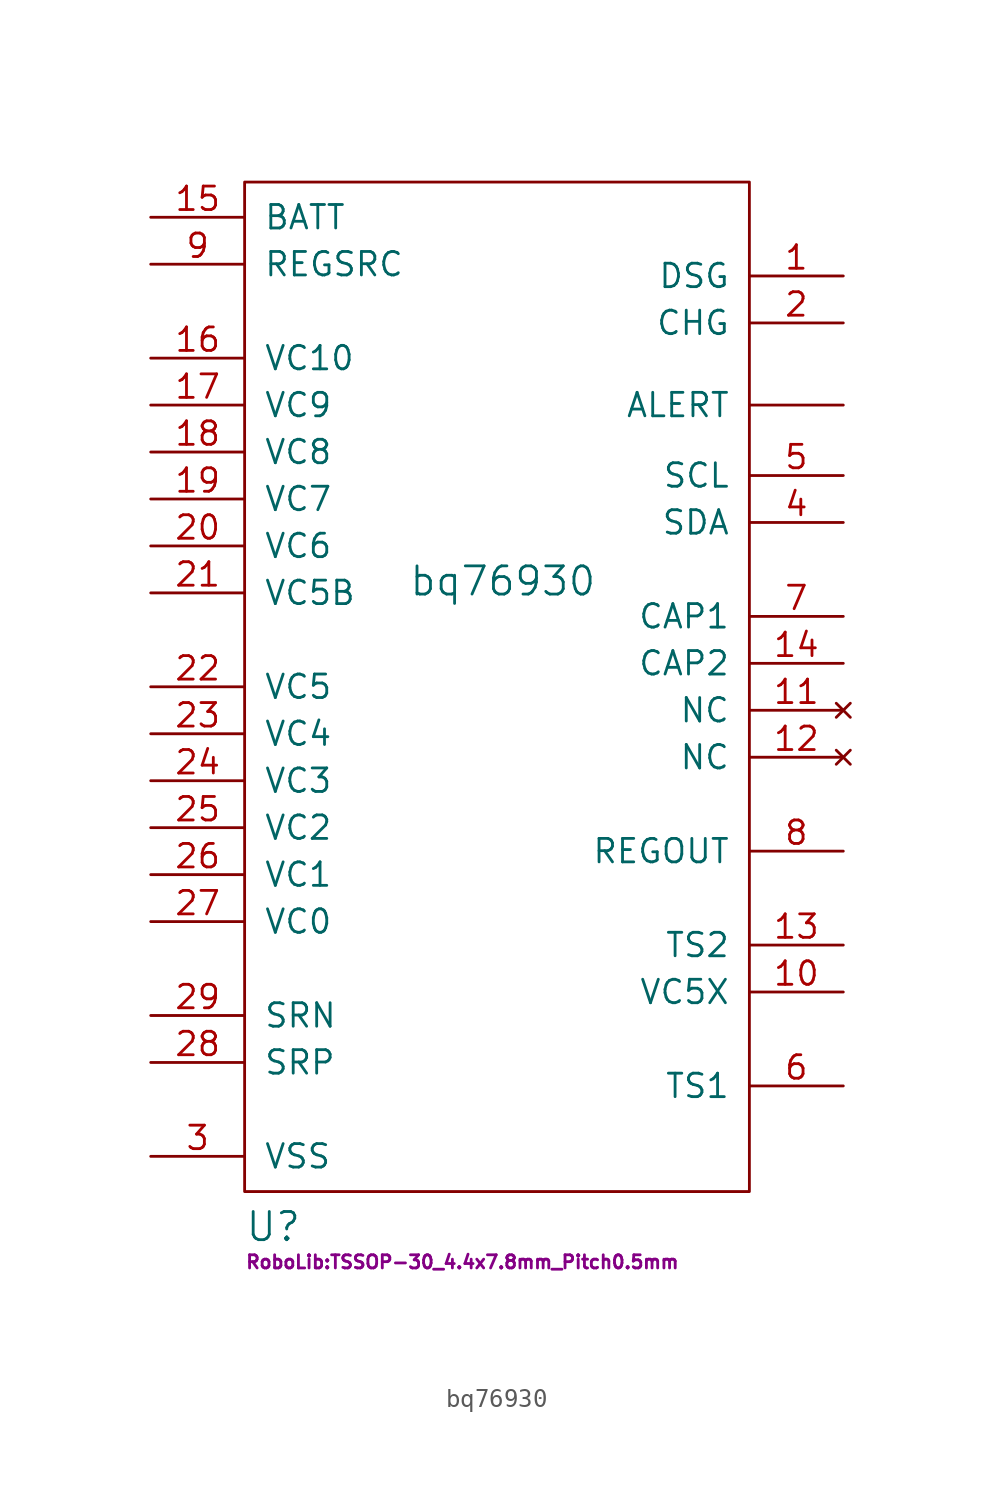
<source format=kicad_sym>
(kicad_symbol_lib
  (version 20211014)
  (generator kicad_symbol_editor)
  (symbol "bq76930"
    (pin_names
      (offset 1.016))
    (property "Reference" "U"
      (at -13.97 -29.21 0)
      (effects (font (size 1.524 1.524)) (justify left)))
    (property "Value" "bq76930"
      (at 0 5.715 0)
      (effects (font (size 1.524 1.524))))
    (property "Footprint" "RoboLib:TSSOP-30_4.4x7.8mm_Pitch0.5mm"
      (at -13.97 -31.115 0)
      (effects (font (size 0.711 0.711)) (justify left)))
    (property "Datasheet" ""
      (at 0 0 0)
      (effects (font (size 1.524 1.524))))
    (symbol "bq76930_0_1"
      (rectangle (start -13.97 27.305) (end 13.335 -27.305) (stroke (width 0) (type default) (color 0 0 0 0)) (fill (type none))))
    (symbol "bq76930_1_1"
      (pin output line (at 18.415 22.225 180) (length 5.08) (name "DSG" (effects (font (size 1.27 1.27)))) (number "1" (effects (font (size 1.27 1.27)))))
      (pin input line (at 18.415 -16.51 180) (length 5.08) (name "VC5X" (effects (font (size 1.27 1.27)))) (number "10" (effects (font (size 1.27 1.27)))))
      (pin no_connect line (at 18.415 -1.27 180) (length 5.08) (name "NC" (effects (font (size 1.27 1.27)))) (number "11" (effects (font (size 1.27 1.27)))))
      (pin no_connect line (at 18.415 -3.81 180) (length 5.08) (name "NC" (effects (font (size 1.27 1.27)))) (number "12" (effects (font (size 1.27 1.27)))))
      (pin input line (at 18.415 -13.97 180) (length 5.08) (name "TS2" (effects (font (size 1.27 1.27)))) (number "13" (effects (font (size 1.27 1.27)))))
      (pin power_out line (at 18.415 1.27 180) (length 5.08) (name "CAP2" (effects (font (size 1.27 1.27)))) (number "14" (effects (font (size 1.27 1.27)))))
      (pin power_in line (at -19.05 25.4 0) (length 5.08) (name "BATT" (effects (font (size 1.27 1.27)))) (number "15" (effects (font (size 1.27 1.27)))))
      (pin bidirectional line (at -19.05 17.78 0) (length 5.08) (name "VC10" (effects (font (size 1.27 1.27)))) (number "16" (effects (font (size 1.27 1.27)))))
      (pin bidirectional line (at -19.05 15.24 0) (length 5.08) (name "VC9" (effects (font (size 1.27 1.27)))) (number "17" (effects (font (size 1.27 1.27)))))
      (pin bidirectional line (at -19.05 12.7 0) (length 5.08) (name "VC8" (effects (font (size 1.27 1.27)))) (number "18" (effects (font (size 1.27 1.27)))))
      (pin bidirectional line (at -19.05 10.16 0) (length 5.08) (name "VC7" (effects (font (size 1.27 1.27)))) (number "19" (effects (font (size 1.27 1.27)))))
      (pin output line (at 18.415 19.685 180) (length 5.08) (name "CHG" (effects (font (size 1.27 1.27)))) (number "2" (effects (font (size 1.27 1.27)))))
      (pin bidirectional line (at -19.05 7.62 0) (length 5.08) (name "VC6" (effects (font (size 1.27 1.27)))) (number "20" (effects (font (size 1.27 1.27)))))
      (pin bidirectional line (at -19.05 5.08 0) (length 5.08) (name "VC5B" (effects (font (size 1.27 1.27)))) (number "21" (effects (font (size 1.27 1.27)))))
      (pin bidirectional line (at -19.05 0 0) (length 5.08) (name "VC5" (effects (font (size 1.27 1.27)))) (number "22" (effects (font (size 1.27 1.27)))))
      (pin bidirectional line (at -19.05 -2.54 0) (length 5.08) (name "VC4" (effects (font (size 1.27 1.27)))) (number "23" (effects (font (size 1.27 1.27)))))
      (pin bidirectional line (at -19.05 -5.08 0) (length 5.08) (name "VC3" (effects (font (size 1.27 1.27)))) (number "24" (effects (font (size 1.27 1.27)))))
      (pin bidirectional line (at -19.05 -7.62 0) (length 5.08) (name "VC2" (effects (font (size 1.27 1.27)))) (number "25" (effects (font (size 1.27 1.27)))))
      (pin bidirectional line (at -19.05 -10.16 0) (length 5.08) (name "VC1" (effects (font (size 1.27 1.27)))) (number "26" (effects (font (size 1.27 1.27)))))
      (pin bidirectional line (at -19.05 -12.7 0) (length 5.08) (name "VC0" (effects (font (size 1.27 1.27)))) (number "27" (effects (font (size 1.27 1.27)))))
      (pin input line (at -19.05 -20.32 0) (length 5.08) (name "SRP" (effects (font (size 1.27 1.27)))) (number "28" (effects (font (size 1.27 1.27)))))
      (pin input line (at -19.05 -17.78 0) (length 5.08) (name "SRN" (effects (font (size 1.27 1.27)))) (number "29" (effects (font (size 1.27 1.27)))))
      (pin power_in line (at -19.05 -25.4 0) (length 5.08) (name "VSS" (effects (font (size 1.27 1.27)))) (number "3" (effects (font (size 1.27 1.27)))))
      (pin bidirectional line (at 18.415 8.89 180) (length 5.08) (name "SDA" (effects (font (size 1.27 1.27)))) (number "4" (effects (font (size 1.27 1.27)))))
      (pin input line (at 18.415 11.43 180) (length 5.08) (name "SCL" (effects (font (size 1.27 1.27)))) (number "5" (effects (font (size 1.27 1.27)))))
      (pin input line (at 18.415 -21.59 180) (length 5.08) (name "TS1" (effects (font (size 1.27 1.27)))) (number "6" (effects (font (size 1.27 1.27)))))
      (pin output line (at 18.415 3.81 180) (length 5.08) (name "CAP1" (effects (font (size 1.27 1.27)))) (number "7" (effects (font (size 1.27 1.27)))))
      (pin power_out line (at 18.415 -8.89 180) (length 5.08) (name "REGOUT" (effects (font (size 1.27 1.27)))) (number "8" (effects (font (size 1.27 1.27)))))
      (pin power_in line (at -19.05 22.86 0) (length 5.08) (name "REGSRC" (effects (font (size 1.27 1.27)))) (number "9" (effects (font (size 1.27 1.27)))))
      (pin bidirectional line (at 18.415 15.24 180) (length 5.08) (name "ALERT" (effects (font (size 1.27 1.27)))) (number "~" (effects (font (size 1.27 1.27))))))))
</source>
